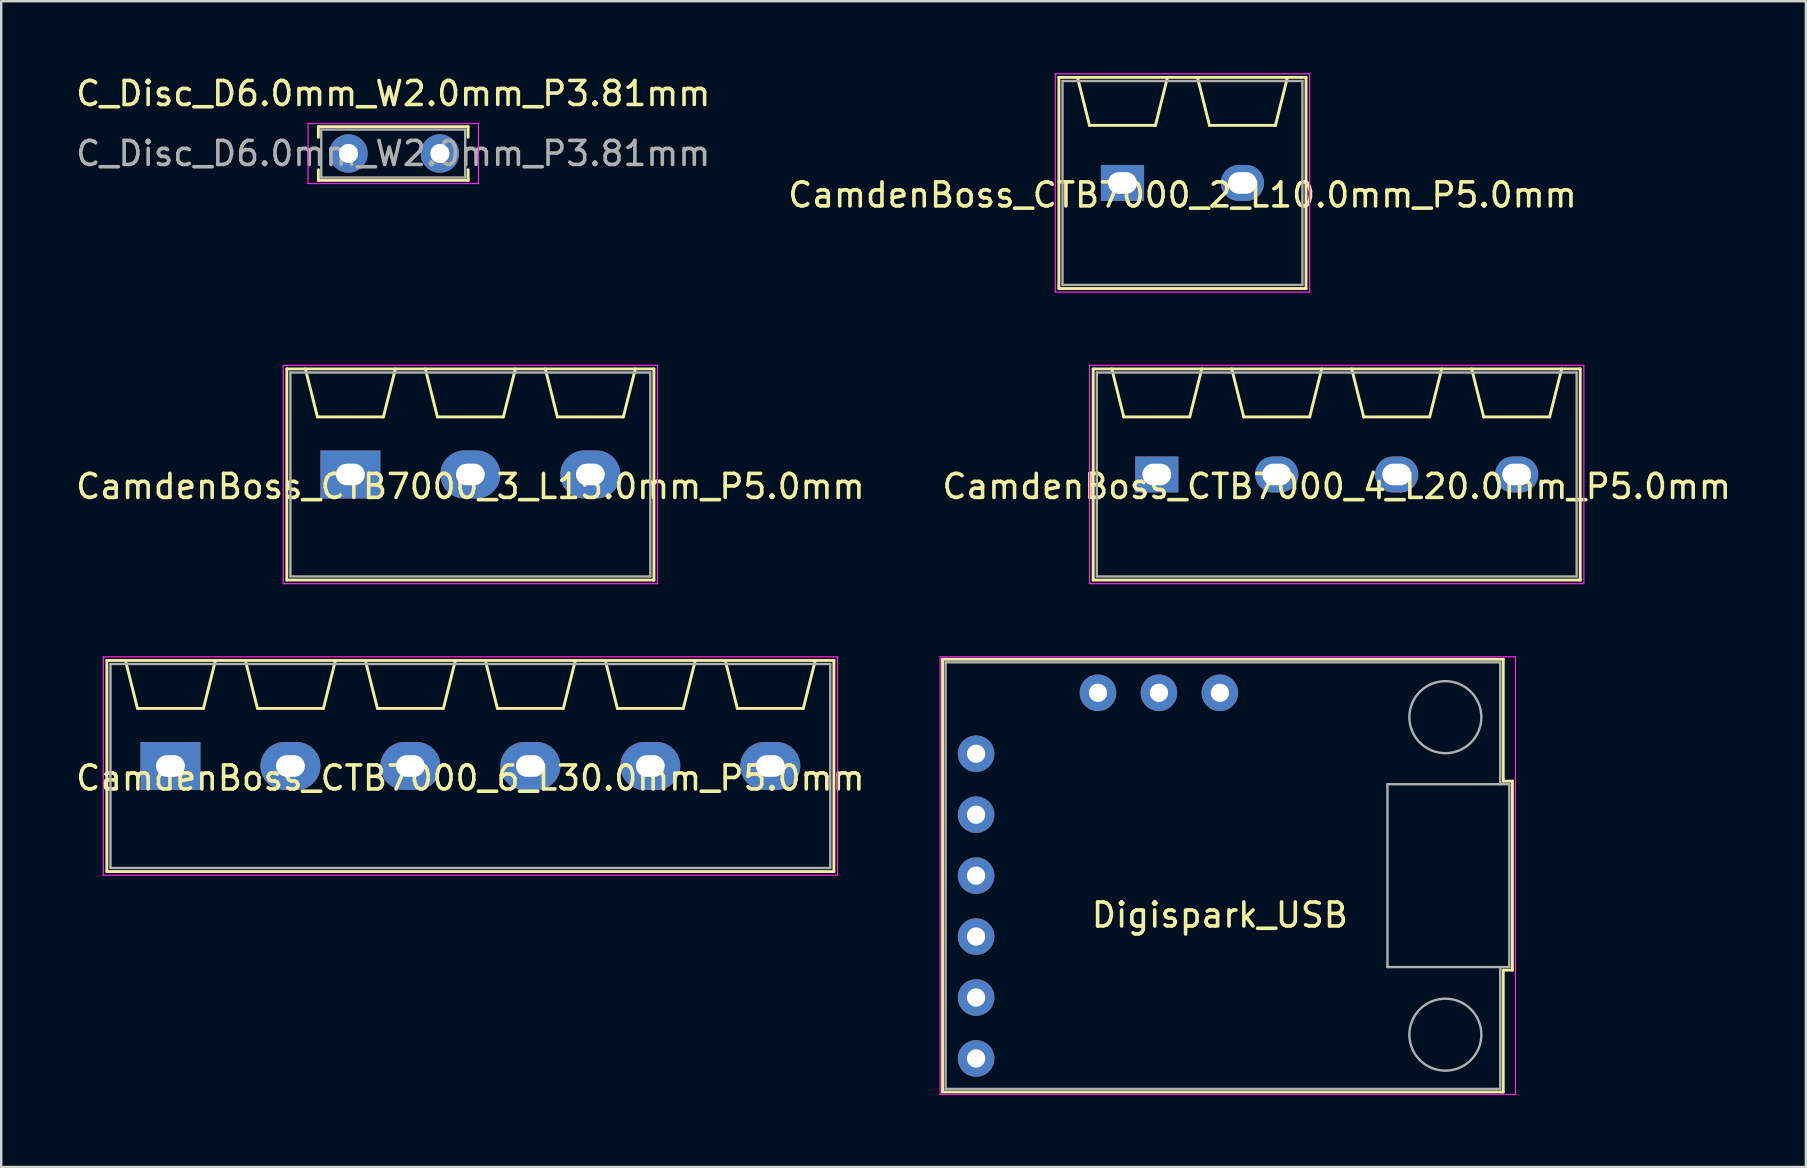
<source format=kicad_pcb>
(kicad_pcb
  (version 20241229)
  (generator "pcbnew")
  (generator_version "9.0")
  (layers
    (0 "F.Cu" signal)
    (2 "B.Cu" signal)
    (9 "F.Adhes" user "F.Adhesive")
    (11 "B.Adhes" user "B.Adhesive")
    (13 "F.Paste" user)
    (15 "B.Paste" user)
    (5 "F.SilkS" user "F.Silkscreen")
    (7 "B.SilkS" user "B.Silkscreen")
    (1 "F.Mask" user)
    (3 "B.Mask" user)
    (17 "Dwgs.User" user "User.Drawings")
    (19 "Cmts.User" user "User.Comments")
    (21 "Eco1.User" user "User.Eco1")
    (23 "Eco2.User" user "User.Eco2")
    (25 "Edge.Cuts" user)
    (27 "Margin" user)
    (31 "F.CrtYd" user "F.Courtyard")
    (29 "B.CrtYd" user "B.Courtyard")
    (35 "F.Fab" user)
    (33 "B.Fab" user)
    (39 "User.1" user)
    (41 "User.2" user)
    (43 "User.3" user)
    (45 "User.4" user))
  (footprint "CamdenBoss_CTB7000_3_L15.0mm_P5.0mm"
    (layer "F.Cu")
    (at 16.554 16.725)
    (property "Reference" "CamdenBoss_CTB7000_3_L15.0mm_P5.0mm" (at 0 0.5 0) (layer "F.SilkS") (effects (font (size 1 1) (thickness 0.15))))
    (attr through_hole)
    (fp_line (start -7.65 -4.4) (end -7.65 4.4) (stroke (width 0.12) (type solid)) (layer "F.SilkS"))
    (fp_line (start -7.65 4.4) (end 7.65 4.4) (stroke (width 0.12) (type solid)) (layer "F.SilkS"))
    (fp_line (start -6.375 -2.4) (end -6.875 -4.4) (stroke (width 0.12) (type solid)) (layer "F.SilkS"))
    (fp_line (start -6.375 -2.4) (end -3.625 -2.4) (stroke (width 0.12) (type solid)) (layer "F.SilkS"))
    (fp_line (start -3.625 -2.4) (end -3.125 -4.4) (stroke (width 0.12) (type solid)) (layer "F.SilkS"))
    (fp_line (start -1.375 -2.4) (end -1.875 -4.4) (stroke (width 0.12) (type solid)) (layer "F.SilkS"))
    (fp_line (start -1.375 -2.4) (end 1.375 -2.4) (stroke (width 0.12) (type solid)) (layer "F.SilkS"))
    (fp_line (start 1.375 -2.4) (end 1.875 -4.4) (stroke (width 0.12) (type solid)) (layer "F.SilkS"))
    (fp_line (start 3.625 -2.4) (end 3.125 -4.4) (stroke (width 0.12) (type solid)) (layer "F.SilkS"))
    (fp_line (start 3.625 -2.4) (end 6.375 -2.4) (stroke (width 0.12) (type solid)) (layer "F.SilkS"))
    (fp_line (start 6.375 -2.4) (end 6.875 -4.4) (stroke (width 0.12) (type solid)) (layer "F.SilkS"))
    (fp_line (start 7.65 -4.4) (end -7.65 -4.4) (stroke (width 0.12) (type solid)) (layer "F.SilkS"))
    (fp_line (start 7.65 4.4) (end 7.65 -4.4) (stroke (width 0.12) (type solid)) (layer "F.SilkS"))
    (fp_line (start -7.8 -4.55) (end -7.8 4.55) (stroke (width 0.05) (type solid)) (layer "F.CrtYd"))
    (fp_line (start -7.8 -4.55) (end 7.8 -4.55) (stroke (width 0.05) (type solid)) (layer "F.CrtYd"))
    (fp_line (start -7.8 4.55) (end 7.8 4.55) (stroke (width 0.05) (type solid)) (layer "F.CrtYd"))
    (fp_line (start 7.8 4.55) (end 7.8 -4.55) (stroke (width 0.05) (type solid)) (layer "F.CrtYd"))
    (fp_line (start -7.5 -4.25) (end 7.5 -4.25) (stroke (width 0.1) (type solid)) (layer "F.Fab"))
    (fp_line (start -7.5 4.25) (end -7.5 -4.25) (stroke (width 0.1) (type solid)) (layer "F.Fab"))
    (fp_line (start 7.5 -4.25) (end 7.5 4.25) (stroke (width 0.1) (type solid)) (layer "F.Fab"))
    (fp_line (start 7.5 4.25) (end -7.5 4.25) (stroke (width 0.1) (type solid)) (layer "F.Fab"))
    (pad "1" thru_hole rect (at -5 0) (size 2.5 2) (drill oval 1.2 0.9) (layers "*.Cu" "*.Mask"))
    (pad "2" thru_hole oval (at 0 0) (size 2.5 2) (drill oval 1.2 0.9) (layers "*.Cu" "*.Mask"))
    (pad "3" thru_hole oval (at 5 0) (size 2.5 2) (drill oval 1.2 0.9) (layers "*.Cu" "*.Mask")))
  (footprint "CamdenBoss_CTB7000_6_L30.0mm_P5.0mm"
    (layer "F.Cu")
    (at 16.554 28.875)
    (property "Reference" "CamdenBoss_CTB7000_6_L30.0mm_P5.0mm" (at 0 0.5 0) (layer "F.SilkS") (effects (font (size 1 1) (thickness 0.15))))
    (attr through_hole)
    (fp_line (start -15.15 -4.4) (end -15.15 4.4) (stroke (width 0.12) (type solid)) (layer "F.SilkS"))
    (fp_line (start -15.15 4.4) (end 15.15 4.4) (stroke (width 0.12) (type solid)) (layer "F.SilkS"))
    (fp_line (start -13.875 -2.4) (end -14.375 -4.4) (stroke (width 0.12) (type solid)) (layer "F.SilkS"))
    (fp_line (start -13.875 -2.4) (end -11.125 -2.4) (stroke (width 0.12) (type solid)) (layer "F.SilkS"))
    (fp_line (start -11.125 -2.4) (end -10.625 -4.4) (stroke (width 0.12) (type solid)) (layer "F.SilkS"))
    (fp_line (start -8.875 -2.4) (end -9.375 -4.4) (stroke (width 0.12) (type solid)) (layer "F.SilkS"))
    (fp_line (start -8.875 -2.4) (end -6.125 -2.4) (stroke (width 0.12) (type solid)) (layer "F.SilkS"))
    (fp_line (start -6.125 -2.4) (end -5.625 -4.4) (stroke (width 0.12) (type solid)) (layer "F.SilkS"))
    (fp_line (start -3.875 -2.4) (end -4.375 -4.4) (stroke (width 0.12) (type solid)) (layer "F.SilkS"))
    (fp_line (start -3.875 -2.4) (end -1.125 -2.4) (stroke (width 0.12) (type solid)) (layer "F.SilkS"))
    (fp_line (start -1.125 -2.4) (end -0.625 -4.4) (stroke (width 0.12) (type solid)) (layer "F.SilkS"))
    (fp_line (start 1.125 -2.4) (end 0.625 -4.4) (stroke (width 0.12) (type solid)) (layer "F.SilkS"))
    (fp_line (start 1.125 -2.4) (end 3.875 -2.4) (stroke (width 0.12) (type solid)) (layer "F.SilkS"))
    (fp_line (start 3.875 -2.4) (end 4.375 -4.4) (stroke (width 0.12) (type solid)) (layer "F.SilkS"))
    (fp_line (start 6.125 -2.4) (end 5.625 -4.4) (stroke (width 0.12) (type solid)) (layer "F.SilkS"))
    (fp_line (start 6.125 -2.4) (end 8.875 -2.4) (stroke (width 0.12) (type solid)) (layer "F.SilkS"))
    (fp_line (start 8.875 -2.4) (end 9.375 -4.4) (stroke (width 0.12) (type solid)) (layer "F.SilkS"))
    (fp_line (start 11.125 -2.4) (end 10.625 -4.4) (stroke (width 0.12) (type solid)) (layer "F.SilkS"))
    (fp_line (start 11.125 -2.4) (end 13.875 -2.4) (stroke (width 0.12) (type solid)) (layer "F.SilkS"))
    (fp_line (start 13.875 -2.4) (end 14.375 -4.4) (stroke (width 0.12) (type solid)) (layer "F.SilkS"))
    (fp_line (start 15.15 -4.4) (end -15.15 -4.4) (stroke (width 0.12) (type solid)) (layer "F.SilkS"))
    (fp_line (start 15.15 4.4) (end 15.15 -4.4) (stroke (width 0.12) (type solid)) (layer "F.SilkS"))
    (fp_line (start -15.3 -4.55) (end -15.3 4.55) (stroke (width 0.05) (type solid)) (layer "F.CrtYd"))
    (fp_line (start -15.3 -4.55) (end 15.3 -4.55) (stroke (width 0.05) (type solid)) (layer "F.CrtYd"))
    (fp_line (start -15.3 4.55) (end 15.3 4.55) (stroke (width 0.05) (type solid)) (layer "F.CrtYd"))
    (fp_line (start 15.3 4.55) (end 15.3 -4.55) (stroke (width 0.05) (type solid)) (layer "F.CrtYd"))
    (fp_line (start -15 -4.25) (end 15 -4.25) (stroke (width 0.1) (type solid)) (layer "F.Fab"))
    (fp_line (start -15 4.25) (end -15 -4.25) (stroke (width 0.1) (type solid)) (layer "F.Fab"))
    (fp_line (start 15 -4.25) (end 15 4.25) (stroke (width 0.1) (type solid)) (layer "F.Fab"))
    (fp_line (start 15 4.25) (end -15 4.25) (stroke (width 0.1) (type solid)) (layer "F.Fab"))
    (pad "1" thru_hole rect (at -12.5 0) (size 2.5 2) (drill oval 1.2 0.9) (layers "*.Cu" "*.Mask"))
    (pad "2" thru_hole oval (at -7.5 0) (size 2.5 2) (drill oval 1.2 0.9) (layers "*.Cu" "*.Mask"))
    (pad "3" thru_hole oval (at -2.5 0) (size 2.5 2) (drill oval 1.2 0.9) (layers "*.Cu" "*.Mask"))
    (pad "4" thru_hole oval (at 2.5 0) (size 2.5 2) (drill oval 1.2 0.9) (layers "*.Cu" "*.Mask"))
    (pad "5" thru_hole oval (at 7.5 0) (size 2.5 2) (drill oval 1.2 0.9) (layers "*.Cu" "*.Mask"))
    (pad "6" thru_hole oval (at 12.5 0) (size 2.5 2) (drill oval 1.2 0.9) (layers "*.Cu" "*.Mask")))
  (footprint "CamdenBoss_CTB7000_2_L10.0mm_P5.0mm"
    (layer "F.Cu")
    (at 46.232 4.575)
    (property "Reference" "CamdenBoss_CTB7000_2_L10.0mm_P5.0mm" (at 0 0.5 0) (layer "F.SilkS") (effects (font (size 1 1) (thickness 0.15))))
    (attr through_hole)
    (fp_line (start -5.15 -4.4) (end -5.15 4.4) (stroke (width 0.12) (type solid)) (layer "F.SilkS"))
    (fp_line (start -5.15 4.4) (end 5.15 4.4) (stroke (width 0.12) (type solid)) (layer "F.SilkS"))
    (fp_line (start -3.875 -2.4) (end -4.375 -4.4) (stroke (width 0.12) (type solid)) (layer "F.SilkS"))
    (fp_line (start -3.875 -2.4) (end -1.125 -2.4) (stroke (width 0.12) (type solid)) (layer "F.SilkS"))
    (fp_line (start -1.125 -2.4) (end -0.625 -4.4) (stroke (width 0.12) (type solid)) (layer "F.SilkS"))
    (fp_line (start 1.125 -2.4) (end 0.625 -4.4) (stroke (width 0.12) (type solid)) (layer "F.SilkS"))
    (fp_line (start 1.125 -2.4) (end 3.875 -2.4) (stroke (width 0.12) (type solid)) (layer "F.SilkS"))
    (fp_line (start 3.875 -2.4) (end 4.375 -4.4) (stroke (width 0.12) (type solid)) (layer "F.SilkS"))
    (fp_line (start 5.15 -4.4) (end -5.15 -4.4) (stroke (width 0.12) (type solid)) (layer "F.SilkS"))
    (fp_line (start 5.15 4.4) (end 5.15 -4.4) (stroke (width 0.12) (type solid)) (layer "F.SilkS"))
    (fp_line (start -5.3 -4.55) (end -5.3 4.55) (stroke (width 0.05) (type solid)) (layer "F.CrtYd"))
    (fp_line (start -5.3 -4.55) (end 5.3 -4.55) (stroke (width 0.05) (type solid)) (layer "F.CrtYd"))
    (fp_line (start -5.3 4.55) (end 5.3 4.55) (stroke (width 0.05) (type solid)) (layer "F.CrtYd"))
    (fp_line (start 5.3 4.55) (end 5.3 -4.55) (stroke (width 0.05) (type solid)) (layer "F.CrtYd"))
    (fp_line (start -5 -4.25) (end 5 -4.25) (stroke (width 0.1) (type solid)) (layer "F.Fab"))
    (fp_line (start -5 4.25) (end -5 -4.25) (stroke (width 0.1) (type solid)) (layer "F.Fab"))
    (fp_line (start 5 -4.25) (end 5 4.25) (stroke (width 0.1) (type solid)) (layer "F.Fab"))
    (fp_line (start 5 4.25) (end -5 4.25) (stroke (width 0.1) (type solid)) (layer "F.Fab"))
    (pad "1" thru_hole rect (at -2.5 0) (size 1.8 1.5) (drill oval 1.2 0.9) (layers "*.Cu" "*.Mask"))
    (pad "2" thru_hole oval (at 2.5 0) (size 1.8 1.5) (drill oval 1.2 0.9) (layers "*.Cu" "*.Mask")))
  (footprint "CamdenBoss_CTB7000_4_L20.0mm_P5.0mm"
    (layer "F.Cu")
    (at 52.661 16.725)
    (property "Reference" "CamdenBoss_CTB7000_4_L20.0mm_P5.0mm" (at 0 0.5 0) (layer "F.SilkS") (effects (font (size 1 1) (thickness 0.15))))
    (attr through_hole)
    (fp_line (start -10.15 -4.4) (end -10.15 4.4) (stroke (width 0.12) (type solid)) (layer "F.SilkS"))
    (fp_line (start -10.15 4.4) (end 10.15 4.4) (stroke (width 0.12) (type solid)) (layer "F.SilkS"))
    (fp_line (start -8.875 -2.4) (end -9.375 -4.4) (stroke (width 0.12) (type solid)) (layer "F.SilkS"))
    (fp_line (start -8.875 -2.4) (end -6.125 -2.4) (stroke (width 0.12) (type solid)) (layer "F.SilkS"))
    (fp_line (start -6.125 -2.4) (end -5.625 -4.4) (stroke (width 0.12) (type solid)) (layer "F.SilkS"))
    (fp_line (start -3.875 -2.4) (end -4.375 -4.4) (stroke (width 0.12) (type solid)) (layer "F.SilkS"))
    (fp_line (start -3.875 -2.4) (end -1.125 -2.4) (stroke (width 0.12) (type solid)) (layer "F.SilkS"))
    (fp_line (start -1.125 -2.4) (end -0.625 -4.4) (stroke (width 0.12) (type solid)) (layer "F.SilkS"))
    (fp_line (start 1.125 -2.4) (end 0.625 -4.4) (stroke (width 0.12) (type solid)) (layer "F.SilkS"))
    (fp_line (start 1.125 -2.4) (end 3.875 -2.4) (stroke (width 0.12) (type solid)) (layer "F.SilkS"))
    (fp_line (start 3.875 -2.4) (end 4.375 -4.4) (stroke (width 0.12) (type solid)) (layer "F.SilkS"))
    (fp_line (start 6.125 -2.4) (end 5.625 -4.4) (stroke (width 0.12) (type solid)) (layer "F.SilkS"))
    (fp_line (start 6.125 -2.4) (end 8.875 -2.4) (stroke (width 0.12) (type solid)) (layer "F.SilkS"))
    (fp_line (start 8.875 -2.4) (end 9.375 -4.4) (stroke (width 0.12) (type solid)) (layer "F.SilkS"))
    (fp_line (start 10.15 -4.4) (end -10.15 -4.4) (stroke (width 0.12) (type solid)) (layer "F.SilkS"))
    (fp_line (start 10.15 4.4) (end 10.15 -4.4) (stroke (width 0.12) (type solid)) (layer "F.SilkS"))
    (fp_line (start -10.3 -4.55) (end -10.3 4.55) (stroke (width 0.05) (type solid)) (layer "F.CrtYd"))
    (fp_line (start -10.3 -4.55) (end 10.3 -4.55) (stroke (width 0.05) (type solid)) (layer "F.CrtYd"))
    (fp_line (start -10.3 4.55) (end 10.3 4.55) (stroke (width 0.05) (type solid)) (layer "F.CrtYd"))
    (fp_line (start 10.3 4.55) (end 10.3 -4.55) (stroke (width 0.05) (type solid)) (layer "F.CrtYd"))
    (fp_line (start -10 -4.25) (end 10 -4.25) (stroke (width 0.1) (type solid)) (layer "F.Fab"))
    (fp_line (start -10 4.25) (end -10 -4.25) (stroke (width 0.1) (type solid)) (layer "F.Fab"))
    (fp_line (start 10 -4.25) (end 10 4.25) (stroke (width 0.1) (type solid)) (layer "F.Fab"))
    (fp_line (start 10 4.25) (end -10 4.25) (stroke (width 0.1) (type solid)) (layer "F.Fab"))
    (pad "1" thru_hole rect (at -7.5 0) (size 1.8 1.5) (drill oval 1.2 0.9) (layers "*.Cu" "*.Mask"))
    (pad "2" thru_hole oval (at -2.5 0) (size 1.8 1.5) (drill oval 1.2 0.9) (layers "*.Cu" "*.Mask"))
    (pad "3" thru_hole oval (at 2.5 0) (size 1.8 1.5) (drill oval 1.2 0.9) (layers "*.Cu" "*.Mask"))
    (pad "4" thru_hole oval (at 7.5 0) (size 1.8 1.5) (drill oval 1.2 0.9) (layers "*.Cu" "*.Mask")))
  (footprint "Digispark_USB"
    (layer "F.Cu")
    (at 47.791 34.714)
    (property "Reference" "Digispark_USB" (at 0 0.373 0) (layer "F.SilkS") (effects (font (size 1 1) (thickness 0.15))))
    (attr through_hole)
    (fp_line (start -11.557 -10.287) (end -11.557 7.747) (stroke (width 0.12) (type solid)) (layer "F.SilkS"))
    (fp_line (start -11.557 7.747) (end 11.811 7.747) (stroke (width 0.12) (type solid)) (layer "F.SilkS"))
    (fp_line (start 11.811 -10.287) (end -11.557 -10.287) (stroke (width 0.12) (type solid)) (layer "F.SilkS"))
    (fp_line (start 11.811 -5.207) (end 11.811 -10.287) (stroke (width 0.12) (type solid)) (layer "F.SilkS"))
    (fp_line (start 11.811 2.667) (end 12.192 2.667) (stroke (width 0.12) (type solid)) (layer "F.SilkS"))
    (fp_line (start 11.811 7.747) (end 11.811 2.667) (stroke (width 0.12) (type solid)) (layer "F.SilkS"))
    (fp_line (start 12.192 -5.207) (end 11.811 -5.207) (stroke (width 0.12) (type solid)) (layer "F.SilkS"))
    (fp_line (start 12.192 2.667) (end 12.192 -5.207) (stroke (width 0.12) (type solid)) (layer "F.SilkS"))
    (fp_line (start -11.659 -10.389) (end -11.659 7.849) (stroke (width 0.05) (type solid)) (layer "F.CrtYd"))
    (fp_line (start -11.659 7.849) (end 12.319 7.849) (stroke (width 0.05) (type solid)) (layer "F.CrtYd"))
    (fp_line (start 12.319 -10.389) (end -11.659 -10.389) (stroke (width 0.05) (type solid)) (layer "F.CrtYd"))
    (fp_line (start 12.319 7.849) (end 12.319 -10.389) (stroke (width 0.05) (type solid)) (layer "F.CrtYd"))
    (fp_line (start -11.43 -10.16) (end -11.43 7.62) (stroke (width 0.1) (type solid)) (layer "F.Fab"))
    (fp_line (start -11.43 7.62) (end 11.684 7.62) (stroke (width 0.1) (type solid)) (layer "F.Fab"))
    (fp_line (start 6.985 -5.08) (end 12.065 -5.08) (stroke (width 0.1) (type solid)) (layer "F.Fab"))
    (fp_line (start 6.985 2.54) (end 6.985 -5.08) (stroke (width 0.1) (type solid)) (layer "F.Fab"))
    (fp_line (start 11.684 -10.16) (end -11.43 -10.16) (stroke (width 0.1) (type solid)) (layer "F.Fab"))
    (fp_line (start 11.684 -5.08) (end 11.684 -10.16) (stroke (width 0.1) (type solid)) (layer "F.Fab"))
    (fp_line (start 11.684 7.62) (end 11.684 2.54) (stroke (width 0.1) (type solid)) (layer "F.Fab"))
    (fp_line (start 12.065 -5.08) (end 12.065 2.54) (stroke (width 0.1) (type solid)) (layer "F.Fab"))
    (fp_line (start 12.065 2.54) (end 6.985 2.54) (stroke (width 0.1) (type solid)) (layer "F.Fab"))
    (fp_circle (center 9.398 -7.874) (end 10.898 -7.874) (stroke (width 0.1) (type solid)) (fill no) (layer "F.Fab"))
    (fp_circle (center 9.398 5.358) (end 10.898 5.358) (stroke (width 0.1) (type solid)) (fill no) (layer "F.Fab"))
    (pad "1" thru_hole circle (at -10.16 -6.35) (size 1.524 1.524) (drill 0.762) (layers "*.Cu" "*.Mask"))
    (pad "2" thru_hole circle (at -10.16 -3.81) (size 1.524 1.524) (drill 0.762) (layers "*.Cu" "*.Mask"))
    (pad "3" thru_hole circle (at -10.16 -1.27) (size 1.524 1.524) (drill 0.762) (layers "*.Cu" "*.Mask"))
    (pad "4" thru_hole circle (at -10.16 1.27) (size 1.524 1.524) (drill 0.762) (layers "*.Cu" "*.Mask"))
    (pad "5" thru_hole circle (at -10.16 3.81) (size 1.524 1.524) (drill 0.762) (layers "*.Cu" "*.Mask"))
    (pad "6" thru_hole circle (at -10.16 6.35) (size 1.524 1.524) (drill 0.762) (layers "*.Cu" "*.Mask"))
    (pad "7" thru_hole circle (at 0 -8.89) (size 1.524 1.524) (drill 0.762) (layers "*.Cu" "*.Mask"))
    (pad "8" thru_hole circle (at -2.54 -8.89) (size 1.524 1.524) (drill 0.762) (layers "*.Cu" "*.Mask"))
    (pad "9" thru_hole circle (at -5.08 -8.89) (size 1.524 1.524) (drill 0.762) (layers "*.Cu" "*.Mask")))
  (footprint "C_Disc_D6.0mm_W2.0mm_P3.81mm"
    (layer "F.Cu")
    (at 10.839 3.348)
    (property "Reference" "C_Disc_D6.0mm_W2.0mm_P3.81mm" (at 2.5 -2.5 0) (layer "F.SilkS") (effects (font (size 1 1) (thickness 0.15))))
    (attr through_hole)
    (fp_line (start -0.62 -1.12) (end -0.62 -0.675) (stroke (width 0.12) (type solid)) (layer "F.SilkS"))
    (fp_line (start -0.62 -1.12) (end 5.62 -1.12) (stroke (width 0.12) (type solid)) (layer "F.SilkS"))
    (fp_line (start -0.62 0.675) (end -0.62 1.12) (stroke (width 0.12) (type solid)) (layer "F.SilkS"))
    (fp_line (start -0.62 1.12) (end 5.62 1.12) (stroke (width 0.12) (type solid)) (layer "F.SilkS"))
    (fp_line (start 5.62 -1.12) (end 5.62 -0.675) (stroke (width 0.12) (type solid)) (layer "F.SilkS"))
    (fp_line (start 5.62 0.675) (end 5.62 1.12) (stroke (width 0.12) (type solid)) (layer "F.SilkS"))
    (fp_line (start -1.05 -1.25) (end -1.05 1.25) (stroke (width 0.05) (type solid)) (layer "F.CrtYd"))
    (fp_line (start -1.05 1.25) (end 6.05 1.25) (stroke (width 0.05) (type solid)) (layer "F.CrtYd"))
    (fp_line (start 6.05 -1.25) (end -1.05 -1.25) (stroke (width 0.05) (type solid)) (layer "F.CrtYd"))
    (fp_line (start 6.05 1.25) (end 6.05 -1.25) (stroke (width 0.05) (type solid)) (layer "F.CrtYd"))
    (fp_line (start -0.5 -1) (end -0.5 1) (stroke (width 0.1) (type solid)) (layer "F.Fab"))
    (fp_line (start -0.5 1) (end 5.5 1) (stroke (width 0.1) (type solid)) (layer "F.Fab"))
    (fp_line (start 5.5 -1) (end -0.5 -1) (stroke (width 0.1) (type solid)) (layer "F.Fab"))
    (fp_line (start 5.5 1) (end 5.5 -1) (stroke (width 0.1) (type solid)) (layer "F.Fab"))
    (fp_text user "${REFERENCE}" (at 2.5 0 0) (layer "F.Fab") (effects (font (size 1 1) (thickness 0.15))))
    (pad "1" thru_hole circle (at 0.635 0) (size 1.6 1.6) (drill 0.8) (layers "*.Cu" "*.Mask"))
    (pad "2" thru_hole circle (at 4.445 0) (size 1.6 1.6) (drill 0.8) (layers "*.Cu" "*.Mask")))
  (gr_rect
    (start -3 -3)
    (end 72.214 45.587)
    (stroke (width 0.1) (type default))
    (fill no)
    (layer "Edge.Cuts")))
</source>
